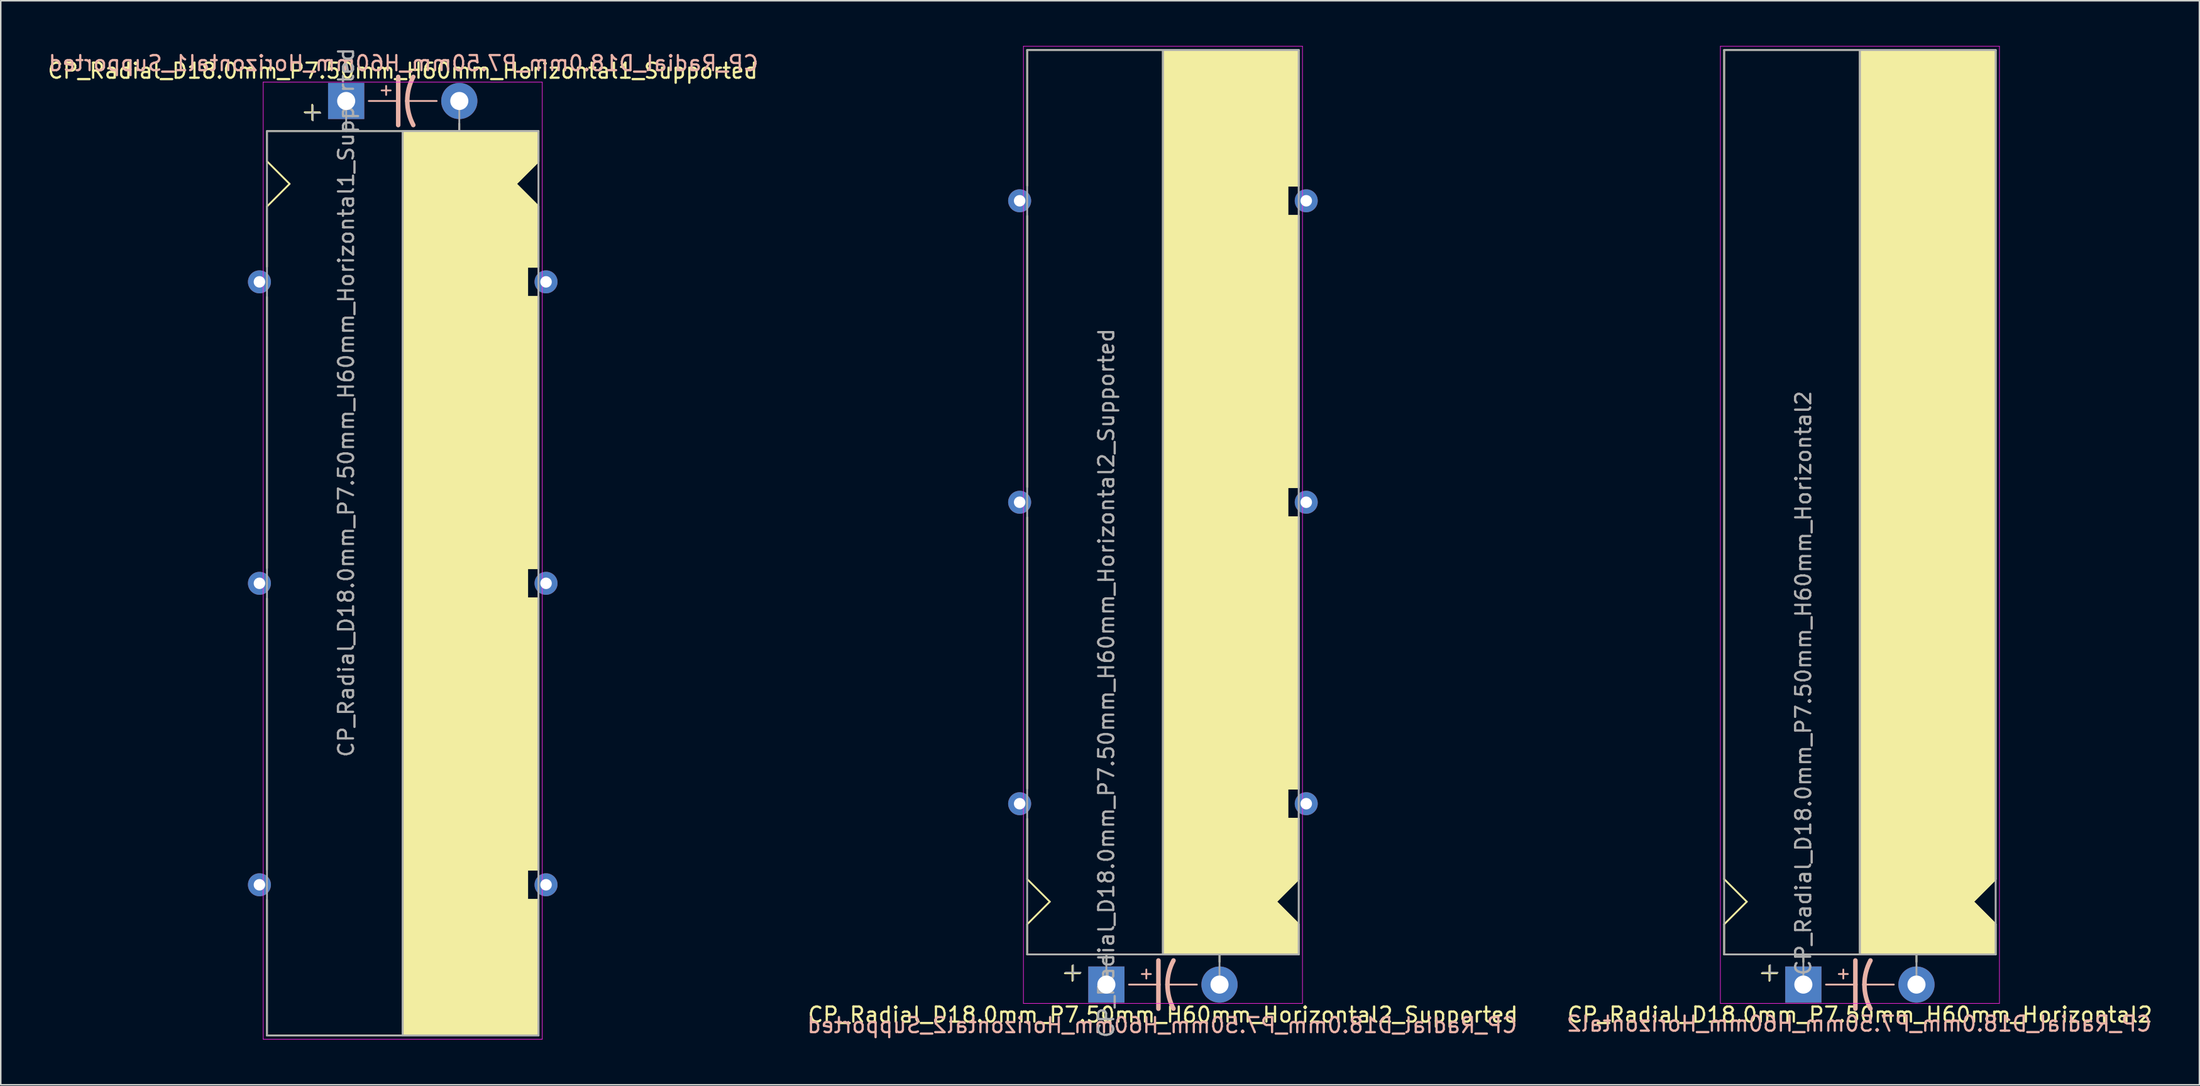
<source format=kicad_pcb>
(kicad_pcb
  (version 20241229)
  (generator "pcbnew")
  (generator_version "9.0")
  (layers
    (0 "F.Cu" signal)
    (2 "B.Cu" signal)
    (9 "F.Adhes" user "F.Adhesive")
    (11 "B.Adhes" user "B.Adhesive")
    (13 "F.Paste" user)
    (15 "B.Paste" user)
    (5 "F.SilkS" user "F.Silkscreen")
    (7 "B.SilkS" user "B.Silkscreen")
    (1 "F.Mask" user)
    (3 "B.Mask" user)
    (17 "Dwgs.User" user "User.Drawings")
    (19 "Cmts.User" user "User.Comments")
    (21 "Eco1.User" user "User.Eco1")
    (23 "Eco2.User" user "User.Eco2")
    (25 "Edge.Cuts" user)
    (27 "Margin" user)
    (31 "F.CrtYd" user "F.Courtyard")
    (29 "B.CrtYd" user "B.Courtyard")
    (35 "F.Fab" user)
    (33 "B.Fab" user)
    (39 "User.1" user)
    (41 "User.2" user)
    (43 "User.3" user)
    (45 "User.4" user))
  (footprint "CP_Radial_D18.0mm_P7.50mm_H60mm_Horizontal2_Supported"
    (layer "F.Cu")
    (at 70.296 62.27)
    (property "Reference" "CP_Radial_D18.0mm_P7.50mm_H60mm_Horizontal2_Supported" (at 3.75 2 0) (layer "F.SilkS") (effects (font (size 1 1) (thickness 0.15))))
    (fp_line (start -5.25 -62) (end 12.75 -62) (stroke (width 0.12) (type solid)) (layer "F.SilkS"))
    (fp_line (start -5.25 -53) (end -5.25 -62) (stroke (width 0.12) (type solid)) (layer "F.SilkS"))
    (fp_line (start -5.25 -33) (end -5.25 -51) (stroke (width 0.12) (type solid)) (layer "F.SilkS"))
    (fp_line (start -5.25 -13) (end -5.25 -31) (stroke (width 0.12) (type solid)) (layer "F.SilkS"))
    (fp_line (start -5.25 -11) (end -5.25 -7) (stroke (width 0.12) (type solid)) (layer "F.SilkS"))
    (fp_line (start -5.25 -7) (end -3.75 -5.5) (stroke (width 0.12) (type solid)) (layer "F.SilkS"))
    (fp_line (start -5.25 -4) (end -3.75 -5.5) (stroke (width 0.12) (type solid)) (layer "F.SilkS"))
    (fp_line (start -5.25 -2) (end -5.25 -4) (stroke (width 0.12) (type solid)) (layer "F.SilkS"))
    (fp_line (start -5.25 -2) (end 12.75 -2) (stroke (width 0.12) (type solid)) (layer "F.SilkS"))
    (fp_line (start -2.25 -1.25) (end -2.25 -0.25) (stroke (width 0.12) (type solid)) (layer "F.SilkS"))
    (fp_line (start -1.75 -0.75) (end -2.75 -0.75) (stroke (width 0.12) (type solid)) (layer "F.SilkS"))
    (fp_line (start 0 -1.5) (end 0 -2) (stroke (width 0.12) (type solid)) (layer "F.SilkS"))
    (fp_line (start 3.75 -2) (end 3.75 -62) (stroke (width 0.12) (type solid)) (layer "F.SilkS"))
    (fp_line (start 7.5 -1.5) (end 7.5 -2) (stroke (width 0.12) (type solid)) (layer "F.SilkS"))
    (fp_line (start 12 -53) (end 12.75 -53) (stroke (width 0.12) (type solid)) (layer "F.SilkS"))
    (fp_line (start 12 -51) (end 12 -53) (stroke (width 0.12) (type solid)) (layer "F.SilkS"))
    (fp_line (start 12 -33) (end 12.75 -33) (stroke (width 0.12) (type solid)) (layer "F.SilkS"))
    (fp_line (start 12 -31) (end 12 -33) (stroke (width 0.12) (type solid)) (layer "F.SilkS"))
    (fp_line (start 12 -13) (end 12.75 -13) (stroke (width 0.12) (type solid)) (layer "F.SilkS"))
    (fp_line (start 12 -11) (end 12 -13) (stroke (width 0.12) (type solid)) (layer "F.SilkS"))
    (fp_line (start 12.25 -11) (end 12 -11) (stroke (width 0.12) (type solid)) (layer "F.SilkS"))
    (fp_line (start 12.75 -53) (end 12.75 -62) (stroke (width 0.12) (type solid)) (layer "F.SilkS"))
    (fp_line (start 12.75 -51) (end 12 -51) (stroke (width 0.12) (type solid)) (layer "F.SilkS"))
    (fp_line (start 12.75 -33) (end 12.75 -51) (stroke (width 0.12) (type solid)) (layer "F.SilkS"))
    (fp_line (start 12.75 -31) (end 12 -31) (stroke (width 0.12) (type solid)) (layer "F.SilkS"))
    (fp_line (start 12.75 -13) (end 12.75 -31) (stroke (width 0.12) (type solid)) (layer "F.SilkS"))
    (fp_line (start 12.75 -11) (end 12.25 -11) (stroke (width 0.12) (type solid)) (layer "F.SilkS"))
    (fp_line (start 12.75 -11) (end 12.75 -7) (stroke (width 0.12) (type solid)) (layer "F.SilkS"))
    (fp_line (start 12.75 -7) (end 11.25 -5.5) (stroke (width 0.12) (type solid)) (layer "F.SilkS"))
    (fp_line (start 12.75 -4) (end 11.25 -5.5) (stroke (width 0.12) (type solid)) (layer "F.SilkS"))
    (fp_line (start 12.75 -2) (end 12.75 -4) (stroke (width 0.12) (type solid)) (layer "F.SilkS"))
    (fp_poly (pts (xy 12.75 -4) (xy 11.25 -5.5) (xy 12.75 -7) (xy 12.75 -11) (xy 12 -11) (xy 12 -13) (xy 12.75 -13) (xy 12.75 -31) (xy 12 -31) (xy 12 -33) (xy 12.75 -33) (xy 12.75 -51) (xy 12 -51) (xy 12 -53) (xy 12.75 -53) (xy 12.75 -62) (xy 3.75 -62) (xy 3.75 -2) (xy 12.75 -2)) (stroke (width 0.1) (type solid)) (fill yes) (layer "F.SilkS"))
    (fp_line (start 1.5 0) (end 3.45 0) (stroke (width 0.12) (type solid)) (layer "B.SilkS"))
    (fp_line (start 2.35 -0.7) (end 2.95 -0.7) (stroke (width 0.12) (type solid)) (layer "B.SilkS"))
    (fp_line (start 2.65 -0.4) (end 2.65 -1) (stroke (width 0.12) (type solid)) (layer "B.SilkS"))
    (fp_line (start 3.45 0) (end 3.45 -1.6) (stroke (width 0.3) (type solid)) (layer "B.SilkS"))
    (fp_line (start 3.45 0) (end 3.45 1.6) (stroke (width 0.3) (type solid)) (layer "B.SilkS"))
    (fp_line (start 6 0) (end 4.05 0) (stroke (width 0.12) (type solid)) (layer "B.SilkS"))
    (fp_arc (start 4.05 0) (mid 4.150512 -0.824872) (end 4.45 -1.6) (stroke (width 0.3) (type solid)) (layer "B.SilkS"))
    (fp_arc (start 4.45 1.596157) (mid 4.151652 0.822725) (end 4.05 0) (stroke (width 0.3) (type solid)) (layer "B.SilkS"))
    (fp_line (start -5.5 -62.25) (end 13 -62.25) (stroke (width 0.04) (type solid)) (layer "F.CrtYd"))
    (fp_line (start -5.5 1.25) (end -5.5 -62.25) (stroke (width 0.04) (type solid)) (layer "F.CrtYd"))
    (fp_line (start 13 -62.25) (end 13 1.25) (stroke (width 0.04) (type solid)) (layer "F.CrtYd"))
    (fp_line (start 13 1.25) (end -5.5 1.25) (stroke (width 0.04) (type solid)) (layer "F.CrtYd"))
    (fp_line (start -5.25 -62) (end 12.75 -62) (stroke (width 0.12) (type solid)) (layer "F.Fab"))
    (fp_line (start -5.25 -2) (end -5.25 -62) (stroke (width 0.12) (type solid)) (layer "F.Fab"))
    (fp_line (start -2.7 -0.8) (end -1.7 -0.8) (stroke (width 0.1) (type solid)) (layer "F.Fab"))
    (fp_line (start -2.2 -0.3) (end -2.2 -1.3) (stroke (width 0.1) (type solid)) (layer "F.Fab"))
    (fp_line (start 0 0) (end 0 -2) (stroke (width 0.12) (type solid)) (layer "F.Fab"))
    (fp_line (start 3.75 -2) (end 3.75 -62) (stroke (width 0.12) (type solid)) (layer "F.Fab"))
    (fp_line (start 7.5 0) (end 7.5 -2) (stroke (width 0.12) (type solid)) (layer "F.Fab"))
    (fp_line (start 12.75 -62) (end 12.75 -2) (stroke (width 0.12) (type solid)) (layer "F.Fab"))
    (fp_line (start 12.75 -2) (end -5.25 -2) (stroke (width 0.12) (type solid)) (layer "F.Fab"))
    (fp_poly (pts (xy 12.75 -62) (xy 3.75 -62) (xy 3.75 -2) (xy 12.75 -2)) (stroke (width 0.1) (type solid)) (fill no) (layer "F.Fab"))
    (fp_text user "${REFERENCE}" (at 3.7 2.7 0) (layer "B.SilkS") (effects (font (size 1 1) (thickness 0.15)) (justify mirror)))
    (fp_text user "${REFERENCE}" (at 0 -20 90) (layer "F.Fab") (effects (font (size 1 1) (thickness 0.15))))
    (pad "1" thru_hole rect (at 0 0) (size 2.4 2.4) (drill 1.2) (layers "*.Cu" "*.Mask"))
    (pad "2" thru_hole circle (at 7.5 0) (size 2.4 2.4) (drill 1.2) (layers "*.Cu" "*.Mask"))
    (pad "~" thru_hole circle (at -5.75 -52 180) (size 1.524 1.524) (drill 0.762) (layers "*.Cu" "*.Mask"))
    (pad "~" thru_hole circle (at -5.75 -32 180) (size 1.524 1.524) (drill 0.762) (layers "*.Cu" "*.Mask"))
    (pad "~" thru_hole circle (at -5.75 -12 180) (size 1.524 1.524) (drill 0.762) (layers "*.Cu" "*.Mask"))
    (pad "~" thru_hole circle (at 13.25 -52 180) (size 1.524 1.524) (drill 0.762) (layers "*.Cu" "*.Mask"))
    (pad "~" thru_hole circle (at 13.25 -32 180) (size 1.524 1.524) (drill 0.762) (layers "*.Cu" "*.Mask"))
    (pad "~" thru_hole circle (at 13.25 -12 180) (size 1.524 1.524) (drill 0.762) (layers "*.Cu" "*.Mask")))
  (footprint "CP_Radial_D18.0mm_P7.50mm_H60mm_Horizontal2"
    (layer "F.Cu")
    (at 116.501 62.27)
    (property "Reference" "CP_Radial_D18.0mm_P7.50mm_H60mm_Horizontal2" (at 3.75 2 0) (layer "F.SilkS") (effects (font (size 1 1) (thickness 0.15))))
    (fp_line (start -5.25 -62) (end 12.75 -62) (stroke (width 0.12) (type solid)) (layer "F.SilkS"))
    (fp_line (start -5.25 -7) (end -5.25 -62) (stroke (width 0.12) (type solid)) (layer "F.SilkS"))
    (fp_line (start -5.25 -7) (end -3.75 -5.5) (stroke (width 0.12) (type solid)) (layer "F.SilkS"))
    (fp_line (start -5.25 -4) (end -3.75 -5.5) (stroke (width 0.12) (type solid)) (layer "F.SilkS"))
    (fp_line (start -5.25 -2) (end -5.25 -4) (stroke (width 0.12) (type solid)) (layer "F.SilkS"))
    (fp_line (start -5.25 -2) (end 12.75 -2) (stroke (width 0.12) (type solid)) (layer "F.SilkS"))
    (fp_line (start -2.25 -1.25) (end -2.25 -0.25) (stroke (width 0.12) (type solid)) (layer "F.SilkS"))
    (fp_line (start -1.75 -0.75) (end -2.75 -0.75) (stroke (width 0.12) (type solid)) (layer "F.SilkS"))
    (fp_line (start 0 -1.5) (end 0 -2) (stroke (width 0.12) (type solid)) (layer "F.SilkS"))
    (fp_line (start 3.75 -2) (end 3.75 -62) (stroke (width 0.12) (type solid)) (layer "F.SilkS"))
    (fp_line (start 7.5 -1.5) (end 7.5 -2) (stroke (width 0.12) (type solid)) (layer "F.SilkS"))
    (fp_line (start 12.75 -62) (end 12.75 -7) (stroke (width 0.12) (type solid)) (layer "F.SilkS"))
    (fp_line (start 12.75 -7) (end 11.25 -5.5) (stroke (width 0.12) (type solid)) (layer "F.SilkS"))
    (fp_line (start 12.75 -4) (end 11.25 -5.5) (stroke (width 0.12) (type solid)) (layer "F.SilkS"))
    (fp_line (start 12.75 -2) (end 12.75 -4) (stroke (width 0.12) (type solid)) (layer "F.SilkS"))
    (fp_poly (pts (xy 12.75 -4) (xy 11.25 -5.5) (xy 12.75 -7) (xy 12.75 -62) (xy 3.75 -62) (xy 3.75 -2) (xy 12.75 -2)) (stroke (width 0.1) (type solid)) (fill yes) (layer "F.SilkS"))
    (fp_line (start 1.5 0) (end 3.45 0) (stroke (width 0.12) (type solid)) (layer "B.SilkS"))
    (fp_line (start 2.35 -0.7) (end 2.95 -0.7) (stroke (width 0.12) (type solid)) (layer "B.SilkS"))
    (fp_line (start 2.65 -0.4) (end 2.65 -1) (stroke (width 0.12) (type solid)) (layer "B.SilkS"))
    (fp_line (start 3.45 0) (end 3.45 -1.6) (stroke (width 0.3) (type solid)) (layer "B.SilkS"))
    (fp_line (start 3.45 0) (end 3.45 1.6) (stroke (width 0.3) (type solid)) (layer "B.SilkS"))
    (fp_line (start 6 0) (end 4.05 0) (stroke (width 0.12) (type solid)) (layer "B.SilkS"))
    (fp_arc (start 4.05 0) (mid 4.150512 -0.824872) (end 4.45 -1.6) (stroke (width 0.3) (type solid)) (layer "B.SilkS"))
    (fp_arc (start 4.45 1.596157) (mid 4.151652 0.822725) (end 4.05 0) (stroke (width 0.3) (type solid)) (layer "B.SilkS"))
    (fp_line (start -5.5 -62.25) (end 13 -62.25) (stroke (width 0.04) (type solid)) (layer "F.CrtYd"))
    (fp_line (start -5.5 1.25) (end -5.5 -62.25) (stroke (width 0.04) (type solid)) (layer "F.CrtYd"))
    (fp_line (start 13 -62.25) (end 13 1.25) (stroke (width 0.04) (type solid)) (layer "F.CrtYd"))
    (fp_line (start 13 1.25) (end -5.5 1.25) (stroke (width 0.04) (type solid)) (layer "F.CrtYd"))
    (fp_line (start -5.25 -62) (end 12.75 -62) (stroke (width 0.12) (type solid)) (layer "F.Fab"))
    (fp_line (start -5.25 -2) (end -5.25 -62) (stroke (width 0.12) (type solid)) (layer "F.Fab"))
    (fp_line (start -2.7 -0.8) (end -1.7 -0.8) (stroke (width 0.1) (type solid)) (layer "F.Fab"))
    (fp_line (start -2.2 -0.3) (end -2.2 -1.3) (stroke (width 0.1) (type solid)) (layer "F.Fab"))
    (fp_line (start 0 0) (end 0 -2) (stroke (width 0.12) (type solid)) (layer "F.Fab"))
    (fp_line (start 3.75 -2) (end 3.75 -62) (stroke (width 0.12) (type solid)) (layer "F.Fab"))
    (fp_line (start 7.5 0) (end 7.5 -2) (stroke (width 0.12) (type solid)) (layer "F.Fab"))
    (fp_line (start 12.75 -62) (end 12.75 -2) (stroke (width 0.12) (type solid)) (layer "F.Fab"))
    (fp_line (start 12.75 -2) (end -5.25 -2) (stroke (width 0.12) (type solid)) (layer "F.Fab"))
    (fp_poly (pts (xy 12.75 -62) (xy 3.75 -62) (xy 3.75 -2) (xy 12.75 -2)) (stroke (width 0.1) (type solid)) (fill no) (layer "F.Fab"))
    (fp_text user "${REFERENCE}" (at 3.7 2.6 0) (layer "B.SilkS") (effects (font (size 1 1) (thickness 0.15)) (justify mirror)))
    (fp_text user "${REFERENCE}" (at 0 -20 90) (layer "F.Fab") (effects (font (size 1 1) (thickness 0.15))))
    (pad "1" thru_hole rect (at 0 0) (size 2.4 2.4) (drill 1.2) (layers "*.Cu" "*.Mask"))
    (pad "2" thru_hole circle (at 7.5 0) (size 2.4 2.4) (drill 1.2) (layers "*.Cu" "*.Mask")))
  (footprint "CP_Radial_D18.0mm_P7.50mm_H60mm_Horizontal1_Supported"
    (layer "F.Cu")
    (at 19.899 3.649)
    (property "Reference" "CP_Radial_D18.0mm_P7.50mm_H60mm_Horizontal1_Supported" (at 3.75 -2 0) (layer "F.SilkS") (effects (font (size 1 1) (thickness 0.15))))
    (fp_line (start -5.25 2) (end -5.25 4) (stroke (width 0.12) (type solid)) (layer "F.SilkS"))
    (fp_line (start -5.25 2) (end 12.75 2) (stroke (width 0.12) (type solid)) (layer "F.SilkS"))
    (fp_line (start -5.25 4) (end -3.75 5.5) (stroke (width 0.12) (type solid)) (layer "F.SilkS"))
    (fp_line (start -5.25 7) (end -3.75 5.5) (stroke (width 0.12) (type solid)) (layer "F.SilkS"))
    (fp_line (start -5.25 11) (end -5.25 7) (stroke (width 0.12) (type solid)) (layer "F.SilkS"))
    (fp_line (start -5.25 13) (end -5.25 31) (stroke (width 0.12) (type solid)) (layer "F.SilkS"))
    (fp_line (start -5.25 33) (end -5.25 51) (stroke (width 0.12) (type solid)) (layer "F.SilkS"))
    (fp_line (start -5.25 53) (end -5.25 62) (stroke (width 0.12) (type solid)) (layer "F.SilkS"))
    (fp_line (start -5.25 62) (end 12.75 62) (stroke (width 0.12) (type solid)) (layer "F.SilkS"))
    (fp_line (start -2.25 0.25) (end -2.25 1.25) (stroke (width 0.12) (type solid)) (layer "F.SilkS"))
    (fp_line (start -1.75 0.75) (end -2.75 0.75) (stroke (width 0.12) (type solid)) (layer "F.SilkS"))
    (fp_line (start 0 1.5) (end 0 2) (stroke (width 0.12) (type solid)) (layer "F.SilkS"))
    (fp_line (start 3.75 2) (end 3.75 62) (stroke (width 0.12) (type solid)) (layer "F.SilkS"))
    (fp_line (start 7.5 1.5) (end 7.5 2) (stroke (width 0.12) (type solid)) (layer "F.SilkS"))
    (fp_line (start 12 11) (end 12 13) (stroke (width 0.12) (type solid)) (layer "F.SilkS"))
    (fp_line (start 12 13) (end 12.75 13) (stroke (width 0.12) (type solid)) (layer "F.SilkS"))
    (fp_line (start 12 31) (end 12 33) (stroke (width 0.12) (type solid)) (layer "F.SilkS"))
    (fp_line (start 12 33) (end 12.75 33) (stroke (width 0.12) (type solid)) (layer "F.SilkS"))
    (fp_line (start 12 51) (end 12 53) (stroke (width 0.12) (type solid)) (layer "F.SilkS"))
    (fp_line (start 12 53) (end 12.75 53) (stroke (width 0.12) (type solid)) (layer "F.SilkS"))
    (fp_line (start 12.25 11) (end 12 11) (stroke (width 0.12) (type solid)) (layer "F.SilkS"))
    (fp_line (start 12.75 2) (end 12.75 4) (stroke (width 0.12) (type solid)) (layer "F.SilkS"))
    (fp_line (start 12.75 4) (end 11.25 5.5) (stroke (width 0.12) (type solid)) (layer "F.SilkS"))
    (fp_line (start 12.75 7) (end 11.25 5.5) (stroke (width 0.12) (type solid)) (layer "F.SilkS"))
    (fp_line (start 12.75 11) (end 12.25 11) (stroke (width 0.12) (type solid)) (layer "F.SilkS"))
    (fp_line (start 12.75 11) (end 12.75 7) (stroke (width 0.12) (type solid)) (layer "F.SilkS"))
    (fp_line (start 12.75 13) (end 12.75 31) (stroke (width 0.12) (type solid)) (layer "F.SilkS"))
    (fp_line (start 12.75 31) (end 12 31) (stroke (width 0.12) (type solid)) (layer "F.SilkS"))
    (fp_line (start 12.75 33) (end 12.75 51) (stroke (width 0.12) (type solid)) (layer "F.SilkS"))
    (fp_line (start 12.75 51) (end 12 51) (stroke (width 0.12) (type solid)) (layer "F.SilkS"))
    (fp_line (start 12.75 53) (end 12.75 62) (stroke (width 0.12) (type solid)) (layer "F.SilkS"))
    (fp_poly (pts (xy 12.75 4) (xy 11.25 5.5) (xy 12.75 7) (xy 12.75 11) (xy 12 11) (xy 12 13) (xy 12.75 13) (xy 12.75 31) (xy 12 31) (xy 12 33) (xy 12.75 33) (xy 12.75 51) (xy 12 51) (xy 12 53) (xy 12.75 53) (xy 12.75 62) (xy 3.75 62) (xy 3.75 2) (xy 12.75 2)) (stroke (width 0.1) (type solid)) (fill yes) (layer "F.SilkS"))
    (fp_line (start 1.5 0) (end 3.45 0) (stroke (width 0.12) (type solid)) (layer "B.SilkS"))
    (fp_line (start 2.35 -0.7) (end 2.95 -0.7) (stroke (width 0.12) (type solid)) (layer "B.SilkS"))
    (fp_line (start 2.65 -0.4) (end 2.65 -1) (stroke (width 0.12) (type solid)) (layer "B.SilkS"))
    (fp_line (start 3.45 0) (end 3.45 -1.6) (stroke (width 0.3) (type solid)) (layer "B.SilkS"))
    (fp_line (start 3.45 0) (end 3.45 1.6) (stroke (width 0.3) (type solid)) (layer "B.SilkS"))
    (fp_line (start 6 0) (end 4.05 0) (stroke (width 0.12) (type solid)) (layer "B.SilkS"))
    (fp_arc (start 4.05 0) (mid 4.150512 -0.824872) (end 4.45 -1.6) (stroke (width 0.3) (type solid)) (layer "B.SilkS"))
    (fp_arc (start 4.45 1.596157) (mid 4.151652 0.822725) (end 4.05 0) (stroke (width 0.3) (type solid)) (layer "B.SilkS"))
    (fp_line (start -5.5 -1.25) (end -5.5 62.25) (stroke (width 0.04) (type solid)) (layer "F.CrtYd"))
    (fp_line (start -5.5 62.25) (end 13 62.25) (stroke (width 0.04) (type solid)) (layer "F.CrtYd"))
    (fp_line (start 13 -1.25) (end -5.5 -1.25) (stroke (width 0.04) (type solid)) (layer "F.CrtYd"))
    (fp_line (start 13 62.25) (end 13 -1.25) (stroke (width 0.04) (type solid)) (layer "F.CrtYd"))
    (fp_line (start -5.25 2) (end -5.25 62) (stroke (width 0.12) (type solid)) (layer "F.Fab"))
    (fp_line (start -5.25 62) (end 12.75 62) (stroke (width 0.12) (type solid)) (layer "F.Fab"))
    (fp_line (start -2.7 0.8) (end -1.7 0.8) (stroke (width 0.1) (type solid)) (layer "F.Fab"))
    (fp_line (start -2.2 1.3) (end -2.2 0.3) (stroke (width 0.1) (type solid)) (layer "F.Fab"))
    (fp_line (start 0 0) (end 0 2) (stroke (width 0.12) (type solid)) (layer "F.Fab"))
    (fp_line (start 3.75 2) (end 3.75 62) (stroke (width 0.12) (type solid)) (layer "F.Fab"))
    (fp_line (start 7.5 0) (end 7.5 2) (stroke (width 0.12) (type solid)) (layer "F.Fab"))
    (fp_line (start 12.75 2) (end -5.25 2) (stroke (width 0.12) (type solid)) (layer "F.Fab"))
    (fp_line (start 12.75 62) (end 12.75 2) (stroke (width 0.12) (type solid)) (layer "F.Fab"))
    (fp_poly (pts (xy 12.75 62) (xy 3.75 62) (xy 3.75 2) (xy 12.75 2)) (stroke (width 0.1) (type solid)) (fill no) (layer "F.Fab"))
    (fp_text user "${REFERENCE}" (at 3.8 -2.5 0) (layer "B.SilkS") (effects (font (size 1 1) (thickness 0.15)) (justify mirror)))
    (fp_text user "${REFERENCE}" (at 0 20 90) (layer "F.Fab") (effects (font (size 1 1) (thickness 0.15))))
    (pad "1" thru_hole rect (at 0 0) (size 2.4 2.4) (drill 1.2) (layers "*.Cu" "*.Mask"))
    (pad "2" thru_hole circle (at 7.5 0) (size 2.4 2.4) (drill 1.2) (layers "*.Cu" "*.Mask"))
    (pad "~" thru_hole circle (at -5.75 12) (size 1.524 1.524) (drill 0.762) (layers "*.Cu" "*.Mask"))
    (pad "~" thru_hole circle (at -5.75 32) (size 1.524 1.524) (drill 0.762) (layers "*.Cu" "*.Mask"))
    (pad "~" thru_hole circle (at -5.75 52) (size 1.524 1.524) (drill 0.762) (layers "*.Cu" "*.Mask"))
    (pad "~" thru_hole circle (at 13.25 12) (size 1.524 1.524) (drill 0.762) (layers "*.Cu" "*.Mask"))
    (pad "~" thru_hole circle (at 13.25 32) (size 1.524 1.524) (drill 0.762) (layers "*.Cu" "*.Mask"))
    (pad "~" thru_hole circle (at 13.25 52) (size 1.524 1.524) (drill 0.762) (layers "*.Cu" "*.Mask")))
  (gr_rect
    (start -3 -3)
    (end 142.757 68.919)
    (stroke (width 0.1) (type default))
    (fill no)
    (layer "Edge.Cuts")))
</source>
